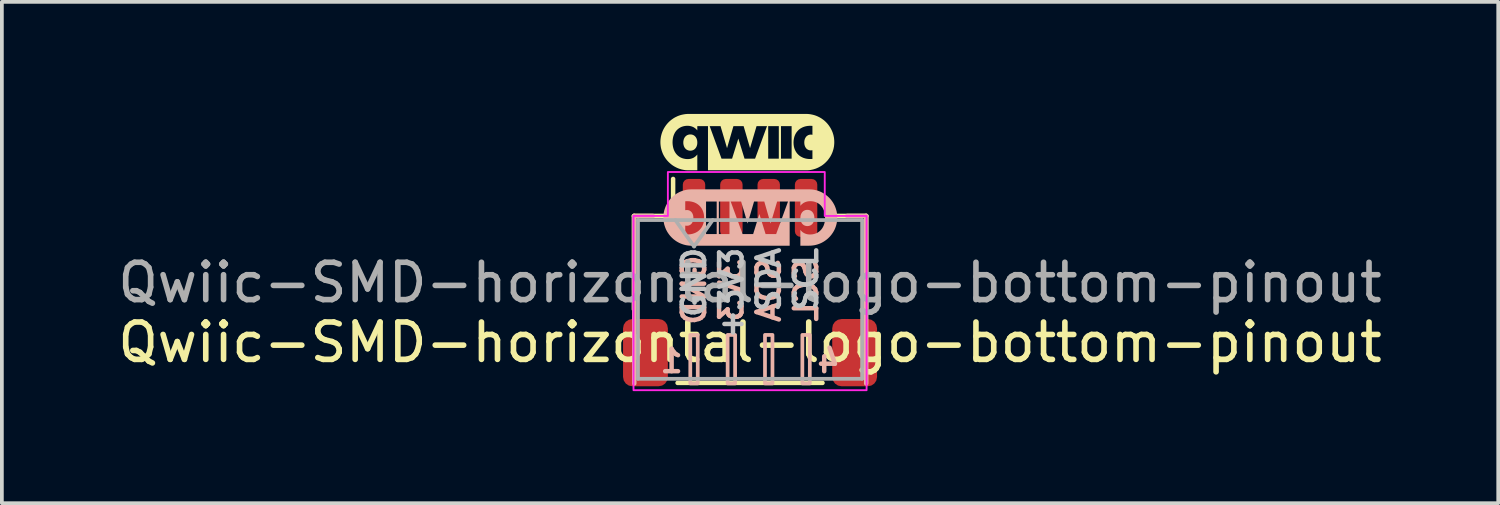
<source format=kicad_pcb>
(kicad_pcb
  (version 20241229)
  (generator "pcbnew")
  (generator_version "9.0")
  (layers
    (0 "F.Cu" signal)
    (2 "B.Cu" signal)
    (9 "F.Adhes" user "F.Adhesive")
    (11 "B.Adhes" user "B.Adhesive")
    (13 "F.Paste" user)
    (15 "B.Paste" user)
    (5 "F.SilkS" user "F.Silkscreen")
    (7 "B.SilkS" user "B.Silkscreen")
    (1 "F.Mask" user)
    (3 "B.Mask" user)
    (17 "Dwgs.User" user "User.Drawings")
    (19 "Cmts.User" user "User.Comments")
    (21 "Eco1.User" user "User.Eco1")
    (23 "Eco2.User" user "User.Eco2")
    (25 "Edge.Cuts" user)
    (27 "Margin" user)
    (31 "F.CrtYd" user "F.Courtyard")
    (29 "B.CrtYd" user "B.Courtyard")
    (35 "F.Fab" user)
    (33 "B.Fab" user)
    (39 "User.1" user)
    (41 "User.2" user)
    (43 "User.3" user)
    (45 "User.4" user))
  (footprint "Qwiic-SMD-horizontal-logo-bottom-pinout"
    (layer "F.Cu")
    (at 17.03 4.516)
    (property "Reference" "Qwiic-SMD-horizontal-logo-bottom-pinout" (at 0 1.6 0) (layer "F.SilkS") (effects (font (size 1 1) (thickness 0.15))))
    (attr smd)
    (fp_line (start -3.11 -1.785) (end -2.06 -1.785) (stroke (width 0.12) (type solid)) (layer "F.SilkS"))
    (fp_line (start -3.11 0.715) (end -3.11 -1.785) (stroke (width 0.12) (type solid)) (layer "F.SilkS"))
    (fp_line (start -2.06 -1.785) (end -2.06 -2.775) (stroke (width 0.12) (type solid)) (layer "F.SilkS"))
    (fp_line (start -1.94 2.685) (end 1.94 2.685) (stroke (width 0.12) (type solid)) (layer "F.SilkS"))
    (fp_line (start 3.11 -1.785) (end 2.06 -1.785) (stroke (width 0.12) (type solid)) (layer "F.SilkS"))
    (fp_line (start 3.11 0.715) (end 3.11 -1.785) (stroke (width 0.12) (type solid)) (layer "F.SilkS"))
    (fp_poly (pts (xy -1.588 -3.966) (xy -1.578 -3.966) (xy -1.568 -3.964) (xy -1.559 -3.963) (xy -1.549 -3.96) (xy -1.54 -3.958) (xy -1.531 -3.955) (xy -1.523 -3.951) (xy -1.514 -3.947) (xy -1.506 -3.943) (xy -1.498 -3.938) (xy -1.491 -3.932) (xy -1.483 -3.927) (xy -1.477 -3.92) (xy -1.47 -3.914) (xy -1.464 -3.907) (xy -1.458 -3.9) (xy -1.452 -3.892) (xy -1.447 -3.884) (xy -1.442 -3.876) (xy -1.437 -3.867) (xy -1.433 -3.858) (xy -1.429 -3.848) (xy -1.426 -3.838) (xy -1.422 -3.828) (xy -1.42 -3.818) (xy -1.417 -3.807) (xy -1.415 -3.796) (xy -1.414 -3.785) (xy -1.413 -3.773) (xy -1.412 -3.762) (xy -1.412 -3.75) (xy -1.412 -3.738) (xy -1.413 -3.726) (xy -1.414 -3.714) (xy -1.415 -3.703) (xy -1.417 -3.692) (xy -1.42 -3.682) (xy -1.422 -3.671) (xy -1.426 -3.661) (xy -1.429 -3.652) (xy -1.433 -3.642) (xy -1.437 -3.633) (xy -1.442 -3.624) (xy -1.447 -3.616) (xy -1.452 -3.608) (xy -1.458 -3.6) (xy -1.464 -3.593) (xy -1.47 -3.586) (xy -1.477 -3.579) (xy -1.483 -3.573) (xy -1.491 -3.567) (xy -1.498 -3.562) (xy -1.506 -3.557) (xy -1.514 -3.552) (xy -1.523 -3.548) (xy -1.531 -3.545) (xy -1.54 -3.541) (xy -1.549 -3.539) (xy -1.559 -3.537) (xy -1.568 -3.535) (xy -1.578 -3.533) (xy -1.588 -3.533) (xy -1.599 -3.532) (xy -1.609 -3.533) (xy -1.619 -3.533) (xy -1.629 -3.535) (xy -1.639 -3.537) (xy -1.648 -3.539) (xy -1.658 -3.541) (xy -1.667 -3.545) (xy -1.675 -3.548) (xy -1.684 -3.552) (xy -1.692 -3.557) (xy -1.7 -3.562) (xy -1.708 -3.567) (xy -1.715 -3.573) (xy -1.722 -3.579) (xy -1.728 -3.586) (xy -1.735 -3.593) (xy -1.741 -3.6) (xy -1.747 -3.608) (xy -1.752 -3.616) (xy -1.757 -3.624) (xy -1.761 -3.633) (xy -1.766 -3.642) (xy -1.77 -3.652) (xy -1.773 -3.661) (xy -1.776 -3.671) (xy -1.779 -3.682) (xy -1.781 -3.692) (xy -1.783 -3.703) (xy -1.785 -3.714) (xy -1.786 -3.726) (xy -1.786 -3.738) (xy -1.787 -3.75) (xy -1.786 -3.762) (xy -1.786 -3.773) (xy -1.785 -3.785) (xy -1.783 -3.796) (xy -1.781 -3.807) (xy -1.779 -3.817) (xy -1.776 -3.828) (xy -1.773 -3.838) (xy -1.77 -3.848) (xy -1.766 -3.857) (xy -1.761 -3.866) (xy -1.757 -3.875) (xy -1.752 -3.883) (xy -1.747 -3.891) (xy -1.741 -3.899) (xy -1.735 -3.906) (xy -1.728 -3.913) (xy -1.722 -3.92) (xy -1.715 -3.926) (xy -1.708 -3.932) (xy -1.7 -3.937) (xy -1.692 -3.942) (xy -1.684 -3.947) (xy -1.675 -3.951) (xy -1.667 -3.954) (xy -1.658 -3.958) (xy -1.648 -3.96) (xy -1.639 -3.963) (xy -1.629 -3.964) (xy -1.619 -3.966) (xy -1.609 -3.966) (xy -1.599 -3.967)) (stroke (width -0.000001) (type solid)) (fill yes) (layer "F.SilkS"))
    (fp_poly (pts (xy 1.54 -4.515) (xy 1.578 -4.512) (xy 1.616 -4.507) (xy 1.653 -4.5) (xy 1.689 -4.492) (xy 1.725 -4.482) (xy 1.76 -4.47) (xy 1.794 -4.457) (xy 1.828 -4.441) (xy 1.86 -4.425) (xy 1.892 -4.407) (xy 1.923 -4.387) (xy 1.952 -4.366) (xy 1.981 -4.344) (xy 2.008 -4.32) (xy 2.034 -4.295) (xy 2.059 -4.269) (xy 2.083 -4.241) (xy 2.105 -4.213) (xy 2.126 -4.183) (xy 2.146 -4.152) (xy 2.164 -4.121) (xy 2.181 -4.088) (xy 2.196 -4.055) (xy 2.21 -4.021) (xy 2.221 -3.986) (xy 2.232 -3.95) (xy 2.24 -3.913) (xy 2.247 -3.876) (xy 2.251 -3.838) (xy 2.254 -3.8) (xy 2.255 -3.761) (xy 2.255 -3.761) (xy 2.254 -3.722) (xy 2.251 -3.684) (xy 2.247 -3.646) (xy 2.24 -3.609) (xy 2.232 -3.573) (xy 2.221 -3.537) (xy 2.21 -3.502) (xy 2.196 -3.467) (xy 2.181 -3.434) (xy 2.164 -3.401) (xy 2.146 -3.37) (xy 2.126 -3.339) (xy 2.105 -3.31) (xy 2.083 -3.281) (xy 2.059 -3.254) (xy 2.034 -3.228) (xy 2.008 -3.203) (xy 1.981 -3.179) (xy 1.952 -3.156) (xy 1.923 -3.135) (xy 1.892 -3.116) (xy 1.86 -3.098) (xy 1.828 -3.081) (xy 1.794 -3.066) (xy 1.76 -3.052) (xy 1.725 -3.041) (xy 1.689 -3.03) (xy 1.653 -3.022) (xy 1.616 -3.015) (xy 1.578 -3.01) (xy 1.54 -3.008) (xy 1.501 -3.007) (xy -1.126 -3.007) (xy -1.126 -4.189) (xy -1.081 -4.189) (xy -0.764 -3.319) (xy -0.481 -3.319) (xy -0.314 -3.856) (xy -0.148 -3.319) (xy 0.135 -3.319) (xy 0.486 -3.319) (xy 0.77 -3.319) (xy 0.828 -3.319) (xy 1.113 -3.319) (xy 1.113 -3.75) (xy 1.164 -3.75) (xy 1.165 -3.725) (xy 1.166 -3.701) (xy 1.169 -3.677) (xy 1.172 -3.654) (xy 1.177 -3.632) (xy 1.182 -3.61) (xy 1.189 -3.589) (xy 1.196 -3.569) (xy 1.205 -3.549) (xy 1.214 -3.53) (xy 1.224 -3.511) (xy 1.235 -3.494) (xy 1.247 -3.476) (xy 1.259 -3.46) (xy 1.273 -3.445) (xy 1.287 -3.43) (xy 1.302 -3.416) (xy 1.318 -3.402) (xy 1.335 -3.39) (xy 1.352 -3.378) (xy 1.37 -3.368) (xy 1.389 -3.358) (xy 1.408 -3.349) (xy 1.428 -3.34) (xy 1.449 -3.333) (xy 1.47 -3.327) (xy 1.492 -3.321) (xy 1.515 -3.317) (xy 1.538 -3.313) (xy 1.562 -3.311) (xy 1.586 -3.309) (xy 1.611 -3.309) (xy 1.619 -3.309) (xy 1.626 -3.309) (xy 1.634 -3.309) (xy 1.641 -3.31) (xy 1.648 -3.31) (xy 1.656 -3.311) (xy 1.67 -3.312) (xy 1.67 -3.545) (xy 1.665 -3.544) (xy 1.659 -3.543) (xy 1.654 -3.542) (xy 1.649 -3.542) (xy 1.643 -3.541) (xy 1.637 -3.541) (xy 1.632 -3.541) (xy 1.626 -3.54) (xy 1.616 -3.541) (xy 1.607 -3.541) (xy 1.598 -3.543) (xy 1.589 -3.544) (xy 1.58 -3.546) (xy 1.572 -3.549) (xy 1.563 -3.552) (xy 1.555 -3.556) (xy 1.547 -3.559) (xy 1.54 -3.564) (xy 1.533 -3.569) (xy 1.526 -3.574) (xy 1.519 -3.579) (xy 1.512 -3.585) (xy 1.506 -3.591) (xy 1.5 -3.598) (xy 1.495 -3.605) (xy 1.49 -3.613) (xy 1.485 -3.621) (xy 1.48 -3.629) (xy 1.476 -3.637) (xy 1.472 -3.646) (xy 1.468 -3.655) (xy 1.465 -3.665) (xy 1.462 -3.674) (xy 1.459 -3.685) (xy 1.457 -3.695) (xy 1.455 -3.706) (xy 1.453 -3.728) (xy 1.452 -3.751) (xy 1.452 -3.763) (xy 1.453 -3.774) (xy 1.454 -3.785) (xy 1.455 -3.796) (xy 1.457 -3.807) (xy 1.459 -3.817) (xy 1.462 -3.827) (xy 1.465 -3.837) (xy 1.468 -3.846) (xy 1.472 -3.856) (xy 1.476 -3.864) (xy 1.48 -3.873) (xy 1.485 -3.881) (xy 1.49 -3.889) (xy 1.495 -3.896) (xy 1.5 -3.904) (xy 1.506 -3.91) (xy 1.512 -3.917) (xy 1.519 -3.923) (xy 1.526 -3.928) (xy 1.533 -3.933) (xy 1.54 -3.938) (xy 1.547 -3.943) (xy 1.555 -3.947) (xy 1.563 -3.95) (xy 1.572 -3.953) (xy 1.58 -3.956) (xy 1.589 -3.958) (xy 1.598 -3.96) (xy 1.607 -3.961) (xy 1.616 -3.962) (xy 1.626 -3.962) (xy 1.632 -3.962) (xy 1.637 -3.962) (xy 1.643 -3.961) (xy 1.649 -3.961) (xy 1.654 -3.96) (xy 1.659 -3.959) (xy 1.665 -3.958) (xy 1.67 -3.957) (xy 1.67 -4.195) (xy 1.657 -4.197) (xy 1.65 -4.197) (xy 1.643 -4.197) (xy 1.636 -4.198) (xy 1.629 -4.198) (xy 1.622 -4.198) (xy 1.615 -4.198) (xy 1.589 -4.198) (xy 1.565 -4.196) (xy 1.541 -4.194) (xy 1.518 -4.19) (xy 1.495 -4.186) (xy 1.473 -4.18) (xy 1.451 -4.174) (xy 1.43 -4.166) (xy 1.41 -4.158) (xy 1.39 -4.149) (xy 1.372 -4.138) (xy 1.353 -4.128) (xy 1.336 -4.116) (xy 1.319 -4.103) (xy 1.303 -4.09) (xy 1.288 -4.075) (xy 1.274 -4.06) (xy 1.26 -4.044) (xy 1.247 -4.028) (xy 1.235 -4.01) (xy 1.224 -3.992) (xy 1.214 -3.973) (xy 1.205 -3.954) (xy 1.197 -3.934) (xy 1.189 -3.913) (xy 1.183 -3.891) (xy 1.177 -3.869) (xy 1.173 -3.846) (xy 1.169 -3.823) (xy 1.166 -3.799) (xy 1.165 -3.775) (xy 1.164 -3.75) (xy 1.113 -3.75) (xy 1.113 -4.189) (xy 0.828 -4.189) (xy 0.828 -3.319) (xy 0.77 -3.319) (xy 0.77 -4.189) (xy 0.486 -4.189) (xy 0.486 -3.319) (xy 0.135 -3.319) (xy 0.454 -4.189) (xy 0.174 -4.189) (xy 0 -3.6) (xy -0.172 -4.189) (xy -0.445 -4.189) (xy -0.616 -3.6) (xy -0.79 -4.189) (xy -1.081 -4.189) (xy -1.126 -4.189) (xy -1.412 -4.189) (xy -1.412 -4.074) (xy -1.424 -4.089) (xy -1.436 -4.102) (xy -1.449 -4.115) (xy -1.463 -4.127) (xy -1.478 -4.138) (xy -1.493 -4.148) (xy -1.508 -4.158) (xy -1.525 -4.166) (xy -1.541 -4.173) (xy -1.559 -4.18) (xy -1.577 -4.185) (xy -1.596 -4.19) (xy -1.615 -4.194) (xy -1.635 -4.196) (xy -1.655 -4.198) (xy -1.676 -4.198) (xy -1.698 -4.198) (xy -1.72 -4.196) (xy -1.741 -4.194) (xy -1.762 -4.19) (xy -1.782 -4.186) (xy -1.802 -4.18) (xy -1.821 -4.174) (xy -1.839 -4.167) (xy -1.857 -4.159) (xy -1.874 -4.149) (xy -1.891 -4.14) (xy -1.907 -4.129) (xy -1.923 -4.117) (xy -1.937 -4.105) (xy -1.952 -4.091) (xy -1.965 -4.077) (xy -1.978 -4.063) (xy -1.99 -4.047) (xy -2.001 -4.031) (xy -2.012 -4.014) (xy -2.021 -3.996) (xy -2.03 -3.977) (xy -2.039 -3.958) (xy -2.046 -3.938) (xy -2.053 -3.918) (xy -2.058 -3.897) (xy -2.063 -3.875) (xy -2.067 -3.853) (xy -2.07 -3.83) (xy -2.073 -3.806) (xy -2.074 -3.782) (xy -2.075 -3.758) (xy -2.074 -3.733) (xy -2.073 -3.708) (xy -2.07 -3.684) (xy -2.067 -3.661) (xy -2.063 -3.638) (xy -2.058 -3.616) (xy -2.052 -3.594) (xy -2.046 -3.573) (xy -2.038 -3.553) (xy -2.03 -3.533) (xy -2.021 -3.515) (xy -2.011 -3.496) (xy -2 -3.479) (xy -1.989 -3.462) (xy -1.976 -3.446) (xy -1.964 -3.431) (xy -1.95 -3.417) (xy -1.936 -3.403) (xy -1.921 -3.39) (xy -1.905 -3.379) (xy -1.889 -3.367) (xy -1.872 -3.357) (xy -1.854 -3.348) (xy -1.836 -3.34) (xy -1.817 -3.332) (xy -1.797 -3.326) (xy -1.777 -3.32) (xy -1.757 -3.316) (xy -1.736 -3.312) (xy -1.714 -3.309) (xy -1.692 -3.308) (xy -1.669 -3.307) (xy -1.649 -3.308) (xy -1.629 -3.309) (xy -1.61 -3.312) (xy -1.591 -3.315) (xy -1.573 -3.32) (xy -1.556 -3.325) (xy -1.538 -3.332) (xy -1.522 -3.339) (xy -1.506 -3.347) (xy -1.491 -3.357) (xy -1.476 -3.367) (xy -1.462 -3.378) (xy -1.448 -3.39) (xy -1.436 -3.403) (xy -1.423 -3.417) (xy -1.412 -3.431) (xy -1.412 -3.007) (xy -1.645 -3.007) (xy -1.684 -3.008) (xy -1.722 -3.01) (xy -1.76 -3.015) (xy -1.797 -3.022) (xy -1.834 -3.03) (xy -1.87 -3.041) (xy -1.905 -3.052) (xy -1.939 -3.066) (xy -1.972 -3.081) (xy -2.005 -3.098) (xy -2.037 -3.116) (xy -2.067 -3.135) (xy -2.097 -3.156) (xy -2.125 -3.179) (xy -2.153 -3.203) (xy -2.179 -3.228) (xy -2.204 -3.254) (xy -2.228 -3.281) (xy -2.25 -3.31) (xy -2.271 -3.339) (xy -2.291 -3.37) (xy -2.309 -3.401) (xy -2.326 -3.434) (xy -2.341 -3.467) (xy -2.354 -3.502) (xy -2.366 -3.537) (xy -2.376 -3.573) (xy -2.385 -3.609) (xy -2.391 -3.646) (xy -2.396 -3.684) (xy -2.399 -3.722) (xy -2.4 -3.761) (xy -2.4 -3.761) (xy -2.399 -3.8) (xy -2.396 -3.838) (xy -2.391 -3.876) (xy -2.385 -3.913) (xy -2.376 -3.95) (xy -2.366 -3.986) (xy -2.354 -4.021) (xy -2.341 -4.055) (xy -2.326 -4.088) (xy -2.309 -4.121) (xy -2.291 -4.152) (xy -2.271 -4.183) (xy -2.25 -4.213) (xy -2.228 -4.241) (xy -2.204 -4.269) (xy -2.179 -4.295) (xy -2.153 -4.32) (xy -2.125 -4.344) (xy -2.097 -4.366) (xy -2.067 -4.387) (xy -2.037 -4.407) (xy -2.005 -4.425) (xy -1.972 -4.441) (xy -1.939 -4.457) (xy -1.905 -4.47) (xy -1.87 -4.482) (xy -1.834 -4.492) (xy -1.797 -4.5) (xy -1.76 -4.507) (xy -1.722 -4.512) (xy -1.684 -4.515) (xy -1.645 -4.516) (xy 1.501 -4.516)) (stroke (width -0.000001) (type solid)) (fill yes) (layer "F.SilkS"))
    (fp_line (start -3.1 -1.785) (end -2.6 -1.785) (stroke (width 0.12) (type solid)) (layer "B.SilkS"))
    (fp_line (start -3.1 2.7) (end -3.1 -1.785) (stroke (width 0.12) (type solid)) (layer "B.SilkS"))
    (fp_line (start 3.11 -1.785) (end 2.6 -1.785) (stroke (width 0.12) (type solid)) (layer "B.SilkS"))
    (fp_line (start 3.11 2.7) (end 3.11 -1.785) (stroke (width 0.12) (type solid)) (layer "B.SilkS"))
    (fp_rect (start -1.6 1.4) (end -1.4 2.7) (stroke (width 0.1) (type default)) (fill no) (layer "B.SilkS"))
    (fp_rect (start -0.6 1.4) (end -0.4 2.7) (stroke (width 0.1) (type default)) (fill no) (layer "B.SilkS"))
    (fp_rect (start 0.4 1.4) (end 0.6 2.7) (stroke (width 0.1) (type default)) (fill no) (layer "B.SilkS"))
    (fp_rect (start 1.4 1.4) (end 1.6 2.7) (stroke (width 0.1) (type default)) (fill no) (layer "B.SilkS"))
    (fp_poly (pts (xy 1.523 -1.948) (xy 1.513 -1.947) (xy 1.503 -1.946) (xy 1.494 -1.944) (xy 1.484 -1.942) (xy 1.475 -1.939) (xy 1.466 -1.936) (xy 1.458 -1.932) (xy 1.449 -1.928) (xy 1.441 -1.924) (xy 1.433 -1.919) (xy 1.426 -1.914) (xy 1.419 -1.908) (xy 1.412 -1.902) (xy 1.405 -1.895) (xy 1.399 -1.888) (xy 1.393 -1.881) (xy 1.387 -1.873) (xy 1.382 -1.865) (xy 1.377 -1.857) (xy 1.372 -1.848) (xy 1.368 -1.839) (xy 1.364 -1.83) (xy 1.361 -1.82) (xy 1.357 -1.81) (xy 1.355 -1.799) (xy 1.352 -1.789) (xy 1.351 -1.778) (xy 1.349 -1.766) (xy 1.348 -1.755) (xy 1.347 -1.743) (xy 1.347 -1.731) (xy 1.347 -1.719) (xy 1.348 -1.707) (xy 1.349 -1.696) (xy 1.351 -1.685) (xy 1.352 -1.674) (xy 1.355 -1.663) (xy 1.357 -1.653) (xy 1.361 -1.643) (xy 1.364 -1.633) (xy 1.368 -1.624) (xy 1.372 -1.615) (xy 1.377 -1.606) (xy 1.382 -1.597) (xy 1.387 -1.589) (xy 1.393 -1.582) (xy 1.399 -1.574) (xy 1.405 -1.567) (xy 1.412 -1.561) (xy 1.419 -1.554) (xy 1.426 -1.549) (xy 1.433 -1.543) (xy 1.441 -1.538) (xy 1.449 -1.534) (xy 1.458 -1.53) (xy 1.466 -1.526) (xy 1.475 -1.523) (xy 1.484 -1.52) (xy 1.494 -1.518) (xy 1.503 -1.516) (xy 1.513 -1.515) (xy 1.523 -1.514) (xy 1.534 -1.514) (xy 1.544 -1.514) (xy 1.554 -1.515) (xy 1.564 -1.516) (xy 1.574 -1.518) (xy 1.584 -1.52) (xy 1.593 -1.523) (xy 1.602 -1.526) (xy 1.611 -1.53) (xy 1.619 -1.534) (xy 1.627 -1.538) (xy 1.635 -1.543) (xy 1.643 -1.549) (xy 1.65 -1.554) (xy 1.657 -1.561) (xy 1.664 -1.567) (xy 1.67 -1.574) (xy 1.676 -1.582) (xy 1.682 -1.589) (xy 1.687 -1.597) (xy 1.692 -1.606) (xy 1.697 -1.615) (xy 1.701 -1.624) (xy 1.705 -1.633) (xy 1.708 -1.643) (xy 1.711 -1.653) (xy 1.714 -1.663) (xy 1.716 -1.674) (xy 1.718 -1.685) (xy 1.72 -1.696) (xy 1.721 -1.707) (xy 1.722 -1.719) (xy 1.722 -1.731) (xy 1.722 -1.743) (xy 1.721 -1.755) (xy 1.72 -1.766) (xy 1.718 -1.777) (xy 1.716 -1.788) (xy 1.714 -1.799) (xy 1.711 -1.809) (xy 1.708 -1.819) (xy 1.705 -1.829) (xy 1.701 -1.838) (xy 1.697 -1.847) (xy 1.692 -1.856) (xy 1.687 -1.865) (xy 1.682 -1.873) (xy 1.676 -1.88) (xy 1.67 -1.888) (xy 1.664 -1.895) (xy 1.657 -1.901) (xy 1.65 -1.908) (xy 1.643 -1.913) (xy 1.635 -1.919) (xy 1.627 -1.924) (xy 1.619 -1.928) (xy 1.611 -1.932) (xy 1.602 -1.936) (xy 1.593 -1.939) (xy 1.584 -1.942) (xy 1.574 -1.944) (xy 1.564 -1.946) (xy 1.554 -1.947) (xy 1.544 -1.948) (xy 1.534 -1.948)) (stroke (width -0.000001) (type solid)) (fill yes) (layer "B.SilkS"))
    (fp_poly (pts (xy -1.604 -2.496) (xy -1.643 -2.493) (xy -1.681 -2.489) (xy -1.718 -2.482) (xy -1.754 -2.473) (xy -1.79 -2.463) (xy -1.825 -2.451) (xy -1.859 -2.438) (xy -1.893 -2.423) (xy -1.925 -2.406) (xy -1.957 -2.388) (xy -1.988 -2.368) (xy -2.017 -2.347) (xy -2.046 -2.325) (xy -2.073 -2.301) (xy -2.099 -2.276) (xy -2.124 -2.25) (xy -2.148 -2.223) (xy -2.17 -2.194) (xy -2.191 -2.165) (xy -2.211 -2.134) (xy -2.229 -2.102) (xy -2.246 -2.07) (xy -2.261 -2.036) (xy -2.274 -2.002) (xy -2.286 -1.967) (xy -2.297 -1.931) (xy -2.305 -1.895) (xy -2.312 -1.858) (xy -2.316 -1.82) (xy -2.319 -1.781) (xy -2.32 -1.743) (xy -2.32 -1.743) (xy -2.319 -1.704) (xy -2.316 -1.665) (xy -2.312 -1.628) (xy -2.305 -1.591) (xy -2.297 -1.554) (xy -2.286 -1.518) (xy -2.274 -1.483) (xy -2.261 -1.449) (xy -2.246 -1.415) (xy -2.229 -1.383) (xy -2.211 -1.351) (xy -2.191 -1.321) (xy -2.17 -1.291) (xy -2.148 -1.263) (xy -2.124 -1.235) (xy -2.099 -1.209) (xy -2.073 -1.184) (xy -2.046 -1.16) (xy -2.017 -1.138) (xy -1.988 -1.117) (xy -1.957 -1.097) (xy -1.925 -1.079) (xy -1.893 -1.062) (xy -1.859 -1.047) (xy -1.825 -1.034) (xy -1.79 -1.022) (xy -1.754 -1.012) (xy -1.718 -1.003) (xy -1.681 -0.997) (xy -1.643 -0.992) (xy -1.604 -0.989) (xy -1.566 -0.988) (xy 1.061 -0.988) (xy 1.061 -2.17) (xy 1.016 -2.17) (xy 0.699 -1.3) (xy 0.416 -1.3) (xy 0.249 -1.837) (xy 0.083 -1.3) (xy -0.2 -1.3) (xy -0.551 -1.3) (xy -0.835 -1.3) (xy -0.893 -1.3) (xy -1.178 -1.3) (xy -1.178 -1.731) (xy -1.229 -1.731) (xy -1.23 -1.706) (xy -1.231 -1.682) (xy -1.234 -1.659) (xy -1.237 -1.636) (xy -1.242 -1.614) (xy -1.247 -1.592) (xy -1.254 -1.571) (xy -1.261 -1.55) (xy -1.27 -1.53) (xy -1.279 -1.511) (xy -1.289 -1.493) (xy -1.3 -1.475) (xy -1.312 -1.458) (xy -1.324 -1.442) (xy -1.338 -1.426) (xy -1.352 -1.411) (xy -1.367 -1.397) (xy -1.383 -1.384) (xy -1.399 -1.371) (xy -1.417 -1.36) (xy -1.435 -1.349) (xy -1.454 -1.339) (xy -1.473 -1.33) (xy -1.493 -1.322) (xy -1.514 -1.315) (xy -1.535 -1.308) (xy -1.557 -1.303) (xy -1.58 -1.298) (xy -1.603 -1.295) (xy -1.627 -1.292) (xy -1.651 -1.291) (xy -1.676 -1.29) (xy -1.684 -1.29) (xy -1.691 -1.291) (xy -1.699 -1.291) (xy -1.706 -1.291) (xy -1.713 -1.292) (xy -1.721 -1.292) (xy -1.735 -1.293) (xy -1.735 -1.526) (xy -1.73 -1.525) (xy -1.724 -1.524) (xy -1.719 -1.524) (xy -1.713 -1.523) (xy -1.708 -1.523) (xy -1.702 -1.522) (xy -1.697 -1.522) (xy -1.691 -1.522) (xy -1.681 -1.522) (xy -1.672 -1.523) (xy -1.663 -1.524) (xy -1.654 -1.526) (xy -1.645 -1.528) (xy -1.636 -1.53) (xy -1.628 -1.534) (xy -1.62 -1.537) (xy -1.612 -1.541) (xy -1.605 -1.545) (xy -1.598 -1.55) (xy -1.591 -1.555) (xy -1.584 -1.561) (xy -1.577 -1.567) (xy -1.571 -1.573) (xy -1.565 -1.58) (xy -1.56 -1.587) (xy -1.554 -1.594) (xy -1.549 -1.602) (xy -1.545 -1.61) (xy -1.541 -1.619) (xy -1.537 -1.627) (xy -1.533 -1.637) (xy -1.53 -1.646) (xy -1.527 -1.656) (xy -1.524 -1.666) (xy -1.522 -1.676) (xy -1.52 -1.687) (xy -1.518 -1.709) (xy -1.517 -1.733) (xy -1.517 -1.744) (xy -1.518 -1.756) (xy -1.519 -1.767) (xy -1.52 -1.778) (xy -1.522 -1.788) (xy -1.524 -1.799) (xy -1.527 -1.809) (xy -1.53 -1.818) (xy -1.533 -1.828) (xy -1.537 -1.837) (xy -1.541 -1.846) (xy -1.545 -1.854) (xy -1.549 -1.863) (xy -1.554 -1.87) (xy -1.56 -1.878) (xy -1.565 -1.885) (xy -1.571 -1.892) (xy -1.577 -1.898) (xy -1.584 -1.904) (xy -1.591 -1.91) (xy -1.598 -1.915) (xy -1.605 -1.92) (xy -1.612 -1.924) (xy -1.62 -1.928) (xy -1.628 -1.932) (xy -1.636 -1.935) (xy -1.645 -1.937) (xy -1.654 -1.939) (xy -1.663 -1.941) (xy -1.672 -1.942) (xy -1.681 -1.943) (xy -1.691 -1.943) (xy -1.697 -1.943) (xy -1.702 -1.943) (xy -1.708 -1.943) (xy -1.713 -1.942) (xy -1.719 -1.941) (xy -1.724 -1.941) (xy -1.73 -1.94) (xy -1.735 -1.939) (xy -1.735 -2.177) (xy -1.721 -2.178) (xy -1.715 -2.179) (xy -1.708 -2.179) (xy -1.701 -2.179) (xy -1.694 -2.179) (xy -1.687 -2.18) (xy -1.679 -2.18) (xy -1.654 -2.179) (xy -1.63 -2.178) (xy -1.606 -2.175) (xy -1.583 -2.171) (xy -1.56 -2.167) (xy -1.538 -2.161) (xy -1.516 -2.155) (xy -1.495 -2.148) (xy -1.475 -2.139) (xy -1.455 -2.13) (xy -1.436 -2.12) (xy -1.418 -2.109) (xy -1.401 -2.097) (xy -1.384 -2.084) (xy -1.368 -2.071) (xy -1.353 -2.057) (xy -1.339 -2.042) (xy -1.325 -2.026) (xy -1.312 -2.009) (xy -1.3 -1.992) (xy -1.289 -1.974) (xy -1.279 -1.955) (xy -1.27 -1.935) (xy -1.262 -1.915) (xy -1.254 -1.894) (xy -1.248 -1.873) (xy -1.242 -1.851) (xy -1.237 -1.828) (xy -1.234 -1.804) (xy -1.231 -1.781) (xy -1.23 -1.756) (xy -1.229 -1.731) (xy -1.178 -1.731) (xy -1.178 -2.17) (xy -0.893 -2.17) (xy -0.893 -1.3) (xy -0.835 -1.3) (xy -0.835 -2.17) (xy -0.551 -2.17) (xy -0.551 -1.3) (xy -0.2 -1.3) (xy -0.518 -2.17) (xy -0.239 -2.17) (xy -0.065 -1.581) (xy 0.107 -2.17) (xy 0.381 -2.17) (xy 0.551 -1.581) (xy 0.725 -2.17) (xy 1.016 -2.17) (xy 1.061 -2.17) (xy 1.347 -2.17) (xy 1.347 -2.056) (xy 1.359 -2.07) (xy 1.371 -2.084) (xy 1.384 -2.097) (xy 1.398 -2.108) (xy 1.413 -2.119) (xy 1.428 -2.13) (xy 1.443 -2.139) (xy 1.46 -2.147) (xy 1.477 -2.155) (xy 1.494 -2.161) (xy 1.512 -2.167) (xy 1.531 -2.171) (xy 1.55 -2.175) (xy 1.57 -2.178) (xy 1.59 -2.179) (xy 1.611 -2.18) (xy 1.633 -2.179) (xy 1.655 -2.178) (xy 1.676 -2.175) (xy 1.697 -2.172) (xy 1.717 -2.167) (xy 1.737 -2.162) (xy 1.756 -2.155) (xy 1.774 -2.148) (xy 1.792 -2.14) (xy 1.809 -2.131) (xy 1.826 -2.121) (xy 1.842 -2.11) (xy 1.858 -2.099) (xy 1.873 -2.086) (xy 1.887 -2.073) (xy 1.9 -2.059) (xy 1.913 -2.044) (xy 1.925 -2.028) (xy 1.936 -2.012) (xy 1.947 -1.995) (xy 1.956 -1.977) (xy 1.965 -1.959) (xy 1.974 -1.94) (xy 1.981 -1.92) (xy 1.988 -1.899) (xy 1.993 -1.878) (xy 1.998 -1.856) (xy 2.002 -1.834) (xy 2.006 -1.811) (xy 2.008 -1.788) (xy 2.009 -1.764) (xy 2.01 -1.739) (xy 2.009 -1.714) (xy 2.008 -1.689) (xy 2.005 -1.665) (xy 2.002 -1.642) (xy 1.998 -1.619) (xy 1.993 -1.597) (xy 1.987 -1.576) (xy 1.981 -1.555) (xy 1.973 -1.534) (xy 1.965 -1.515) (xy 1.956 -1.496) (xy 1.946 -1.478) (xy 1.935 -1.46) (xy 1.924 -1.444) (xy 1.912 -1.428) (xy 1.899 -1.413) (xy 1.885 -1.398) (xy 1.871 -1.385) (xy 1.856 -1.372) (xy 1.84 -1.36) (xy 1.824 -1.349) (xy 1.807 -1.339) (xy 1.789 -1.329) (xy 1.771 -1.321) (xy 1.752 -1.314) (xy 1.733 -1.307) (xy 1.713 -1.302) (xy 1.692 -1.297) (xy 1.671 -1.293) (xy 1.649 -1.291) (xy 1.627 -1.289) (xy 1.604 -1.289) (xy 1.584 -1.289) (xy 1.564 -1.291) (xy 1.545 -1.293) (xy 1.526 -1.297) (xy 1.508 -1.301) (xy 1.491 -1.307) (xy 1.474 -1.313) (xy 1.457 -1.321) (xy 1.441 -1.329) (xy 1.426 -1.338) (xy 1.411 -1.348) (xy 1.397 -1.359) (xy 1.384 -1.371) (xy 1.371 -1.384) (xy 1.359 -1.398) (xy 1.347 -1.413) (xy 1.347 -0.988) (xy 1.58 -0.988) (xy 1.619 -0.989) (xy 1.658 -0.992) (xy 1.695 -0.997) (xy 1.733 -1.003) (xy 1.769 -1.012) (xy 1.805 -1.022) (xy 1.84 -1.034) (xy 1.874 -1.047) (xy 1.908 -1.062) (xy 1.94 -1.079) (xy 1.972 -1.097) (xy 2.002 -1.117) (xy 2.032 -1.138) (xy 2.06 -1.16) (xy 2.088 -1.184) (xy 2.114 -1.209) (xy 2.139 -1.235) (xy 2.163 -1.263) (xy 2.185 -1.291) (xy 2.206 -1.321) (xy 2.226 -1.351) (xy 2.244 -1.383) (xy 2.261 -1.415) (xy 2.276 -1.449) (xy 2.289 -1.483) (xy 2.301 -1.518) (xy 2.311 -1.554) (xy 2.32 -1.591) (xy 2.326 -1.628) (xy 2.331 -1.665) (xy 2.334 -1.704) (xy 2.335 -1.743) (xy 2.335 -1.743) (xy 2.334 -1.781) (xy 2.331 -1.82) (xy 2.326 -1.858) (xy 2.32 -1.895) (xy 2.311 -1.931) (xy 2.301 -1.967) (xy 2.289 -2.002) (xy 2.276 -2.036) (xy 2.261 -2.07) (xy 2.244 -2.102) (xy 2.226 -2.134) (xy 2.206 -2.165) (xy 2.185 -2.194) (xy 2.163 -2.223) (xy 2.139 -2.25) (xy 2.114 -2.276) (xy 2.088 -2.301) (xy 2.06 -2.325) (xy 2.032 -2.347) (xy 2.002 -2.368) (xy 1.972 -2.388) (xy 1.94 -2.406) (xy 1.908 -2.423) (xy 1.874 -2.438) (xy 1.84 -2.451) (xy 1.805 -2.463) (xy 1.769 -2.473) (xy 1.733 -2.482) (xy 1.695 -2.489) (xy 1.658 -2.493) (xy 1.619 -2.496) (xy 1.58 -2.497) (xy -1.566 -2.497)) (stroke (width -0.000001) (type solid)) (fill yes) (layer "B.SilkS"))
    (fp_poly (pts (xy 3.12 -1.785) (xy 3.12 2.88) (xy -3.12 2.88) (xy -3.12 -1.785) (xy -2.2 -1.785) (xy -2.2 -2.961) (xy 2 -2.961) (xy 2 -1.785)) (stroke (width 0.05) (type solid)) (fill no) (layer "F.CrtYd"))
    (fp_line (start -3 -1.675) (end -3 2.575) (stroke (width 0.1) (type solid)) (layer "F.Fab"))
    (fp_line (start -3 -1.675) (end 3 -1.675) (stroke (width 0.1) (type solid)) (layer "F.Fab"))
    (fp_line (start -3 2.575) (end 3 2.575) (stroke (width 0.1) (type solid)) (layer "F.Fab"))
    (fp_line (start -2 -1.675) (end -1.5 -0.968) (stroke (width 0.1) (type solid)) (layer "F.Fab"))
    (fp_line (start -1.5 -0.968) (end -1 -1.675) (stroke (width 0.1) (type solid)) (layer "F.Fab"))
    (fp_line (start 3 -1.675) (end 3 2.575) (stroke (width 0.1) (type solid)) (layer "F.Fab"))
    (fp_text user "GND" (at -1.5 0.2 270) (layer "B.SilkS") (effects (font (size 0.6 0.6) (thickness 0.12) (bold yes)) (justify mirror)))
    (fp_text user "3V3" (at -0.5 0.2 270) (layer "B.SilkS") (effects (font (size 0.6 0.6) (thickness 0.12) (bold yes)) (justify mirror)))
    (fp_text user "SCL" (at 1.5 0.2 270) (layer "B.SilkS") (effects (font (size 0.6 0.6) (thickness 0.12) (bold yes)) (justify mirror)))
    (fp_text user "SDA" (at 0.5 0.2 270) (layer "B.SilkS") (effects (font (size 0.6 0.6) (thickness 0.12) (bold yes)) (justify mirror)))
    (fp_text user "1" (at -2.1 2.1 0) (unlocked yes) (layer "B.SilkS") (effects (font (size 0.6 0.6) (thickness 0.12) (bold yes)) (justify mirror)))
    (fp_text user "4" (at 2.1 2.1 0) (unlocked yes) (layer "B.SilkS") (effects (font (size 0.6 0.6) (thickness 0.12) (bold yes)) (justify mirror)))
    (fp_text user "GND" (at -1.5 -1 90) (unlocked yes) (layer "Dwgs.User") (effects (font (size 0.6 0.6) (thickness 0.12) (bold yes)) (justify right)))
    (fp_text user "+3V3" (at -0.5 -1 90) (unlocked yes) (layer "Dwgs.User") (effects (font (size 0.6 0.6) (thickness 0.12) (bold yes)) (justify right)))
    (fp_text user "SCL" (at 1.5 -1 90) (unlocked yes) (layer "Dwgs.User") (effects (font (size 0.6 0.6) (thickness 0.12) (bold yes)) (justify right)))
    (fp_text user "SDA" (at 0.5 -1 90) (unlocked yes) (layer "Dwgs.User") (effects (font (size 0.6 0.6) (thickness 0.12) (bold yes)) (justify right)))
    (fp_text user "${REFERENCE}" (at 0 0 0) (layer "F.Fab") (effects (font (size 1 1) (thickness 0.15))))
    (pad "1" smd roundrect (at -1.5 -2) (size 0.6 1.55) (layers "F.Cu" "F.Mask" "F.Paste") (roundrect_rratio 0.25))
    (pad "2" smd roundrect (at -0.5 -2) (size 0.6 1.55) (layers "F.Cu" "F.Mask" "F.Paste") (roundrect_rratio 0.25))
    (pad "3" smd roundrect (at 0.5 -2) (size 0.6 1.55) (layers "F.Cu" "F.Mask" "F.Paste") (roundrect_rratio 0.25))
    (pad "4" smd roundrect (at 1.5 -2) (size 0.6 1.55) (layers "F.Cu" "F.Mask" "F.Paste") (roundrect_rratio 0.25))
    (pad "MP" smd roundrect (at -2.8 1.875) (size 1.2 1.8) (layers "F.Cu" "F.Mask" "F.Paste") (roundrect_rratio 0.208))
    (pad "MP" smd roundrect (at 2.8 1.875) (size 1.2 1.8) (layers "F.Cu" "F.Mask" "F.Paste") (roundrect_rratio 0.208)))
  (gr_rect
    (start -3 -3)
    (end 37.06 10.421)
    (stroke (width 0.1) (type default))
    (fill no)
    (layer "Edge.Cuts")))
</source>
